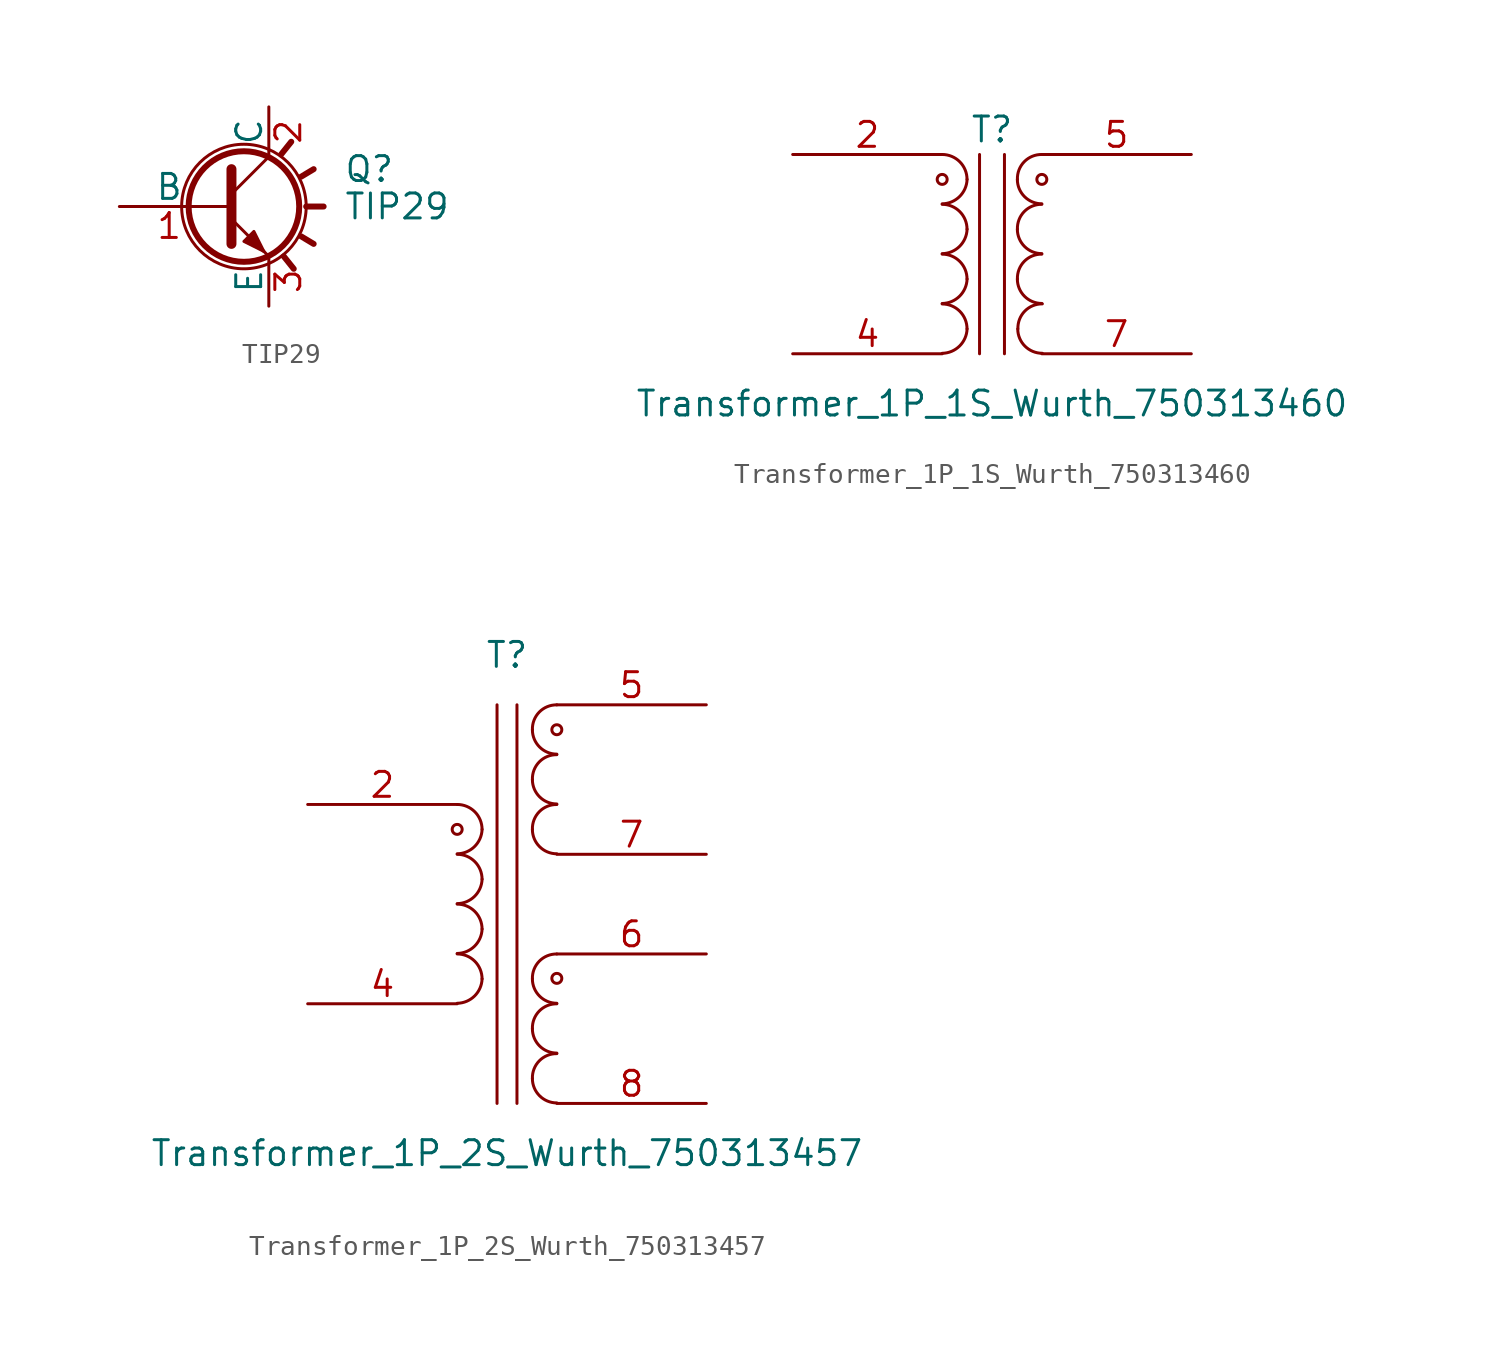
<source format=kicad_sym>
(kicad_symbol_lib
  (version 20241209)
  (generator "kicad_symbol_editor")
  (generator_version "9.0")
  (symbol "TIP29"
    (pin_names
      (offset 0))
    (property "Reference" "Q"
      (at 6.35 1.905 0)
      (effects (font (size 1.27 1.27)) (justify left)))
    (property "Value" "TIP29"
      (at 6.35 0 0)
      (effects (font (size 1.27 1.27)) (justify left)))
    (symbol "TIP29_0_0"
      (circle (center 1.27 0) (radius 3.175) (stroke (width 0) (type default)) (fill (type none))))
    (symbol "TIP29_0_1"
      (polyline (pts (xy 0 0) (xy 0.635 0)) (stroke (width 0) (type default)) (fill (type none)))
      (polyline (pts (xy 0.635 1.905) (xy 0.635 -1.905) (xy 0.635 -1.905)) (stroke (width 0.508) (type default)) (fill (type none)))
      (circle (center 1.27 0) (radius 2.819) (stroke (width 0.305) (type default)) (fill (type none)))
      (polyline (pts (xy 1.27 -1.778) (xy 1.778 -1.27) (xy 2.286 -2.286) (xy 1.27 -1.778) (xy 1.27 -1.778)) (stroke (width 0) (type default)) (fill (type outline)))
      (polyline (pts (xy 2.286 -2.286) (xy 1.778 -1.778) (xy 1.778 -1.778)) (stroke (width 0) (type default)) (fill (type none)))
      (polyline (pts (xy 2.54 2.54) (xy 0.635 0.635)) (stroke (width 0) (type default)) (fill (type none)))
      (polyline (pts (xy 2.54 -2.54) (xy 0.635 -0.635)) (stroke (width 0) (type default)) (fill (type none)))
      (polyline (pts (xy 3.175 2.667) (xy 3.683 3.302)) (stroke (width 0.305) (type default)) (fill (type none)))
      (polyline (pts (xy 3.302 -2.54) (xy 3.81 -3.175)) (stroke (width 0.305) (type default)) (fill (type none)))
      (polyline (pts (xy 4.191 1.524) (xy 4.826 1.905)) (stroke (width 0.305) (type default)) (fill (type none)))
      (polyline (pts (xy 4.191 -1.524) (xy 4.826 -1.905)) (stroke (width 0.305) (type default)) (fill (type none)))
      (polyline (pts (xy 4.445 0) (xy 5.334 0)) (stroke (width 0.305) (type default)) (fill (type none))))
    (symbol "TIP29_1_1"
      (pin input line (at -5.08 0 0) (length 5.08) (name "B" (effects (font (size 1.27 1.27)))) (number "1" (effects (font (size 1.27 1.27)))))
      (pin passive line (at 2.54 5.08 270) (length 2.54) (name "C" (effects (font (size 1.27 1.27)))) (number "2" (effects (font (size 1.27 1.27)))))
      (pin passive line (at 2.54 -5.08 90) (length 2.54) (name "E" (effects (font (size 1.27 1.27)))) (number "3" (effects (font (size 1.27 1.27)))))))
  (symbol "Transformer_1P_1S_Wurth_750313460"
    (pin_names
      (offset 1.016)
      (hide yes))
    (property "Reference" "T"
      (at 0 6.35 0)
      (effects (font (size 1.27 1.27))))
    (property "Value" "Transformer_1P_1S_Wurth_750313460"
      (at 0 -7.62 0)
      (effects (font (size 1.27 1.27))))
    (symbol "Transformer_1P_1S_Wurth_750313460_0_1"
      (arc (start -1.27 3.81) (mid -1.656 2.9336) (end -2.54 2.5654) (stroke (width 0) (type default)) (fill (type none)))
      (arc (start -1.27 1.27) (mid -1.656 0.3936) (end -2.54 0.0254) (stroke (width 0) (type default)) (fill (type none)))
      (arc (start -1.27 -1.27) (mid -1.656 -2.1464) (end -2.54 -2.5146) (stroke (width 0) (type default)) (fill (type none)))
      (arc (start -1.27 -3.81) (mid -1.656 -4.6864) (end -2.54 -5.0546) (stroke (width 0) (type default)) (fill (type none)))
      (arc (start -2.54 5.08) (mid -1.642 4.708) (end -1.27 3.81) (stroke (width 0) (type default)) (fill (type none)))
      (arc (start -2.54 2.54) (mid -1.642 2.168) (end -1.27 1.27) (stroke (width 0) (type default)) (fill (type none)))
      (arc (start -2.54 0) (mid -1.642 -0.372) (end -1.27 -1.27) (stroke (width 0) (type default)) (fill (type none)))
      (arc (start -2.54 -2.54) (mid -1.642 -2.912) (end -1.27 -3.81) (stroke (width 0) (type default)) (fill (type none)))
      (circle (center -2.54 3.81) (radius 0.254) (stroke (width 0) (type default)) (fill (type none)))
      (polyline (pts (xy -0.635 5.08) (xy -0.635 -5.08)) (stroke (width 0) (type default)) (fill (type none)))
      (polyline (pts (xy 0.635 -5.08) (xy 0.635 5.08)) (stroke (width 0) (type default)) (fill (type none)))
      (arc (start 1.2954 3.81) (mid 1.6457 4.7117) (end 2.54 5.08) (stroke (width 0) (type default)) (fill (type none)))
      (arc (start 1.2954 1.27) (mid 1.6457 2.1717) (end 2.54 2.54) (stroke (width 0) (type default)) (fill (type none)))
      (arc (start 1.2954 -1.27) (mid 1.6457 -0.3683) (end 2.54 0) (stroke (width 0) (type default)) (fill (type none)))
      (circle (center 2.54 3.81) (radius 0.254) (stroke (width 0) (type default)) (fill (type none)))
      (arc (start 2.54 2.5654) (mid 1.6599 2.9299) (end 1.2954 3.81) (stroke (width 0) (type default)) (fill (type none)))
      (arc (start 2.54 0.0254) (mid 1.6599 0.3899) (end 1.2954 1.27) (stroke (width 0) (type default)) (fill (type none)))
      (arc (start 2.54 -2.5146) (mid 1.6599 -2.1501) (end 1.2954 -1.27) (stroke (width 0) (type default)) (fill (type none)))
      (arc (start 1.3208 -3.81) (mid 1.6711 -2.9085) (end 2.5654 -2.54) (stroke (width 0) (type default)) (fill (type none)))
      (arc (start 2.5654 -5.0546) (mid 1.6851 -4.6902) (end 1.3208 -3.81) (stroke (width 0) (type default)) (fill (type none))))
    (symbol "Transformer_1P_1S_Wurth_750313460_1_1"
      (pin passive line (at -10.16 5.08 0) (length 7.62) (name "AA" (effects (font (size 1.27 1.27)))) (number "2" (effects (font (size 1.27 1.27)))))
      (pin passive line (at -10.16 -5.08 0) (length 7.62) (name "AB" (effects (font (size 1.27 1.27)))) (number "4" (effects (font (size 1.27 1.27)))))
      (pin passive line (at 10.16 5.08 180) (length 7.62) (name "SB" (effects (font (size 1.27 1.27)))) (number "5" (effects (font (size 1.27 1.27)))))
      (pin passive line (at 10.16 5.08 180) (length 7.62) (hide yes) (name "~" (effects (font (size 1.27 1.27)))) (number "6" (effects (font (size 1.27 1.27)))))
      (pin passive line (at 10.16 -5.08 180) (length 7.62) (name "SA" (effects (font (size 1.27 1.27)))) (number "7" (effects (font (size 1.27 1.27)))))
      (pin passive line (at 10.16 -5.08 180) (length 7.62) (hide yes) (name "~" (effects (font (size 1.27 1.27)))) (number "8" (effects (font (size 1.27 1.27)))))))
  (symbol "Transformer_1P_2S_Wurth_750313457"
    (pin_names
      (offset 1.016)
      (hide yes))
    (property "Reference" "T"
      (at 0 12.7 0)
      (effects (font (size 1.27 1.27))))
    (property "Value" "Transformer_1P_2S_Wurth_750313457"
      (at 0 -12.7 0)
      (effects (font (size 1.27 1.27))))
    (symbol "Transformer_1P_2S_Wurth_750313457_0_1"
      (arc (start -1.27 3.81) (mid -1.656 2.9336) (end -2.54 2.5654) (stroke (width 0) (type default)) (fill (type none)))
      (arc (start -1.27 1.27) (mid -1.656 0.3936) (end -2.54 0.0254) (stroke (width 0) (type default)) (fill (type none)))
      (arc (start -1.27 -1.27) (mid -1.656 -2.1464) (end -2.54 -2.5146) (stroke (width 0) (type default)) (fill (type none)))
      (arc (start -1.27 -3.81) (mid -1.656 -4.6864) (end -2.54 -5.0546) (stroke (width 0) (type default)) (fill (type none)))
      (arc (start -2.54 5.08) (mid -1.642 4.708) (end -1.27 3.81) (stroke (width 0) (type default)) (fill (type none)))
      (arc (start -2.54 2.54) (mid -1.642 2.168) (end -1.27 1.27) (stroke (width 0) (type default)) (fill (type none)))
      (arc (start -2.54 0) (mid -1.642 -0.372) (end -1.27 -1.27) (stroke (width 0) (type default)) (fill (type none)))
      (arc (start -2.54 -2.54) (mid -1.642 -2.912) (end -1.27 -3.81) (stroke (width 0) (type default)) (fill (type none)))
      (circle (center -2.54 3.81) (radius 0.254) (stroke (width 0) (type default)) (fill (type none)))
      (polyline (pts (xy -0.508 -10.16) (xy -0.508 10.16)) (stroke (width 0) (type default)) (fill (type none)))
      (polyline (pts (xy 0.508 10.16) (xy 0.508 -10.16)) (stroke (width 0) (type default)) (fill (type none)))
      (arc (start 1.2954 8.89) (mid 1.6457 9.7917) (end 2.54 10.16) (stroke (width 0) (type default)) (fill (type none)))
      (arc (start 1.2954 6.35) (mid 1.6457 7.2517) (end 2.54 7.62) (stroke (width 0) (type default)) (fill (type none)))
      (arc (start 1.2954 3.81) (mid 1.6457 4.7117) (end 2.54 5.08) (stroke (width 0) (type default)) (fill (type none)))
      (arc (start 1.2954 -3.81) (mid 1.6457 -2.9083) (end 2.54 -2.54) (stroke (width 0) (type default)) (fill (type none)))
      (arc (start 1.2954 -6.35) (mid 1.6457 -5.4483) (end 2.54 -5.08) (stroke (width 0) (type default)) (fill (type none)))
      (arc (start 1.2954 -8.89) (mid 1.6457 -7.9883) (end 2.54 -7.62) (stroke (width 0) (type default)) (fill (type none)))
      (circle (center 2.54 8.89) (radius 0.254) (stroke (width 0) (type default)) (fill (type none)))
      (arc (start 2.54 7.6454) (mid 1.6599 8.0099) (end 1.2954 8.89) (stroke (width 0) (type default)) (fill (type none)))
      (arc (start 2.54 5.1054) (mid 1.6599 5.4699) (end 1.2954 6.35) (stroke (width 0) (type default)) (fill (type none)))
      (arc (start 2.54 2.5654) (mid 1.6599 2.9299) (end 1.2954 3.81) (stroke (width 0) (type default)) (fill (type none)))
      (circle (center 2.54 -3.785) (radius 0.254) (stroke (width 0) (type default)) (fill (type none)))
      (arc (start 2.54 -5.0546) (mid 1.6599 -4.6901) (end 1.2954 -3.81) (stroke (width 0) (type default)) (fill (type none)))
      (arc (start 2.54 -7.5946) (mid 1.6599 -7.2301) (end 1.2954 -6.35) (stroke (width 0) (type default)) (fill (type none)))
      (arc (start 2.54 -10.1346) (mid 1.6599 -9.7701) (end 1.2954 -8.89) (stroke (width 0) (type default)) (fill (type none))))
    (symbol "Transformer_1P_2S_Wurth_750313457_1_1"
      (pin passive line (at -10.16 5.08 0) (length 7.62) (name "AA" (effects (font (size 1.27 1.27)))) (number "2" (effects (font (size 1.27 1.27)))))
      (pin passive line (at -10.16 -5.08 0) (length 7.62) (name "AB" (effects (font (size 1.27 1.27)))) (number "4" (effects (font (size 1.27 1.27)))))
      (pin passive line (at 10.16 10.16 180) (length 7.62) (name "SA" (effects (font (size 1.27 1.27)))) (number "5" (effects (font (size 1.27 1.27)))))
      (pin passive line (at 10.16 2.54 180) (length 7.62) (name "SB" (effects (font (size 1.27 1.27)))) (number "7" (effects (font (size 1.27 1.27)))))
      (pin passive line (at 10.16 -2.54 180) (length 7.62) (name "SC" (effects (font (size 1.27 1.27)))) (number "6" (effects (font (size 1.27 1.27)))))
      (pin passive line (at 10.16 -10.16 180) (length 7.62) (name "SD" (effects (font (size 1.27 1.27)))) (number "8" (effects (font (size 1.27 1.27))))))))
</source>
